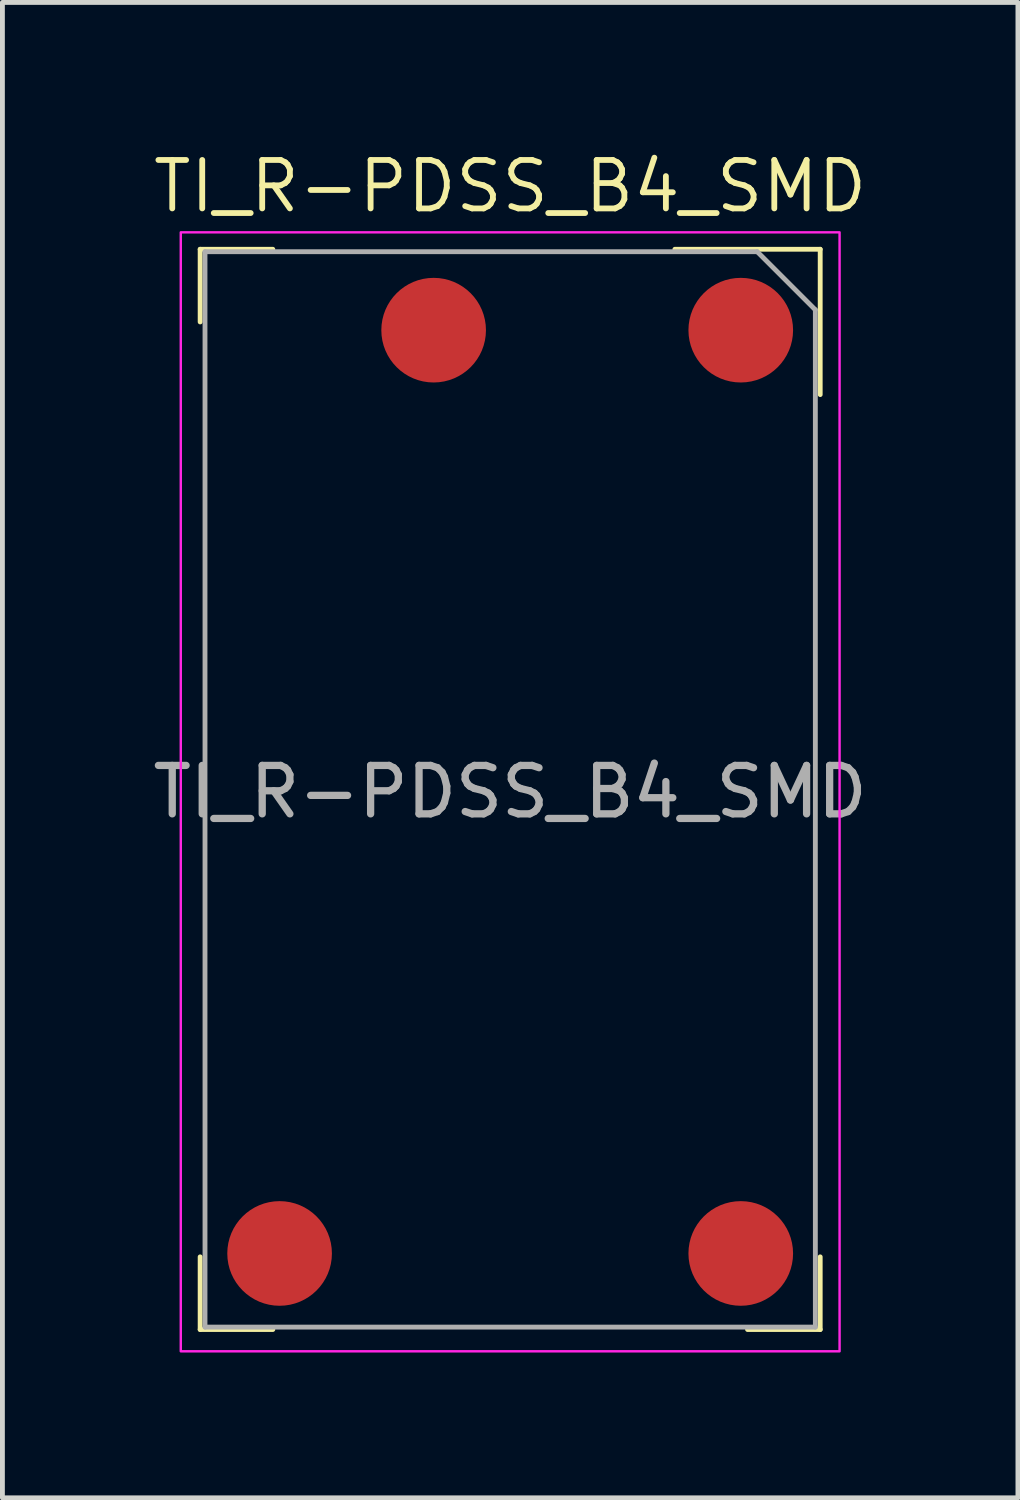
<source format=kicad_pcb>
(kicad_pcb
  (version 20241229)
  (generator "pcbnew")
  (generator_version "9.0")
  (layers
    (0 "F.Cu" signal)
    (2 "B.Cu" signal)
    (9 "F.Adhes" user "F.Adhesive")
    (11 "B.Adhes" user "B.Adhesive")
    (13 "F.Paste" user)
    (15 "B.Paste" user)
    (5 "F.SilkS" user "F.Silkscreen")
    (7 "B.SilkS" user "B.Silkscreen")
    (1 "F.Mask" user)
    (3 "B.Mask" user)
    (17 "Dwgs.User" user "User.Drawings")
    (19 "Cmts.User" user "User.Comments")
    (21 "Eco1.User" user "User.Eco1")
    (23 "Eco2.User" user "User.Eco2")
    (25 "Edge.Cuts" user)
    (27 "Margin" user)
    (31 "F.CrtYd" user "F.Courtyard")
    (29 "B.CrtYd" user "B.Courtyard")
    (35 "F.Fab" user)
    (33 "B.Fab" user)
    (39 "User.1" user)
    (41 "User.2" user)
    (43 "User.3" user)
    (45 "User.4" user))
  (footprint "TI_R-PDSS_B4_SMD"
    (layer "F.Cu")
    (at 7.482 13.296)
    (property "Reference" "TI_R-PDSS_B4_SMD" (at 0 -12.5 0) (unlocked yes) (layer "F.SilkS") (effects (font (size 1 1) (thickness 0.12))))
    (attr smd)
    (fp_line (start -6.4 -11.2) (end -6.4 -9.7) (stroke (width 0.1) (type default)) (layer "F.SilkS"))
    (fp_line (start -6.4 -11.2) (end -4.9 -11.2) (stroke (width 0.1) (type default)) (layer "F.SilkS"))
    (fp_line (start -6.4 11.1) (end -6.4 9.6) (stroke (width 0.1) (type default)) (layer "F.SilkS"))
    (fp_line (start -6.4 11.1) (end -4.9 11.1) (stroke (width 0.1) (type default)) (layer "F.SilkS"))
    (fp_line (start 6.4 -11.2) (end 3.4 -11.2) (stroke (width 0.1) (type default)) (layer "F.SilkS"))
    (fp_line (start 6.4 -11.2) (end 6.4 -8.2) (stroke (width 0.1) (type default)) (layer "F.SilkS"))
    (fp_line (start 6.4 11.1) (end 4.9 11.1) (stroke (width 0.1) (type default)) (layer "F.SilkS"))
    (fp_line (start 6.4 11.1) (end 6.4 9.6) (stroke (width 0.1) (type default)) (layer "F.SilkS"))
    (fp_rect (start -6.8 11.55) (end 6.8 -11.55) (stroke (width 0.05) (type default)) (fill no) (layer "F.CrtYd"))
    (fp_line (start -6.3 -11.15) (end 5.1 -11.15) (stroke (width 0.1) (type default)) (layer "F.Fab"))
    (fp_line (start -6.3 11.05) (end -6.3 -11.15) (stroke (width 0.1) (type default)) (layer "F.Fab"))
    (fp_line (start 5.1 -11.15) (end 6.3 -9.95) (stroke (width 0.1) (type default)) (layer "F.Fab"))
    (fp_line (start 6.3 -9.95) (end 6.3 11.05) (stroke (width 0.1) (type default)) (layer "F.Fab"))
    (fp_line (start 6.3 11.05) (end -6.3 11.05) (stroke (width 0.1) (type default)) (layer "F.Fab"))
    (fp_text user "${REFERENCE}" (at 0 0 0) (unlocked yes) (layer "F.Fab") (effects (font (size 1 1) (thickness 0.15))))
    (pad "1" smd circle (at 4.76 -9.53) (size 2.16 2.16) (layers "F.Cu" "F.Mask" "F.Paste"))
    (pad "2" smd circle (at -1.58 -9.53) (size 2.16 2.16) (layers "F.Cu" "F.Mask" "F.Paste"))
    (pad "3" smd circle (at -4.76 9.53) (size 2.16 2.16) (layers "F.Cu" "F.Mask" "F.Paste"))
    (pad "4" smd circle (at 4.76 9.53) (size 2.16 2.16) (layers "F.Cu" "F.Mask" "F.Paste")))
  (gr_rect
    (start -3 -3)
    (end 17.964 27.871)
    (stroke (width 0.1) (type default))
    (fill no)
    (layer "Edge.Cuts")))
</source>
